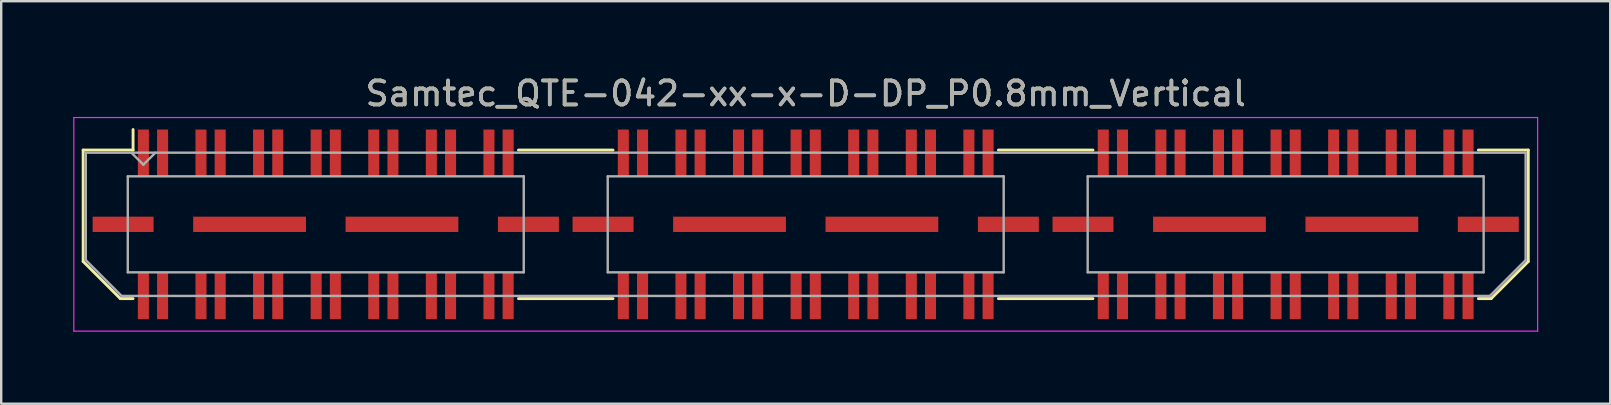
<source format=kicad_pcb>
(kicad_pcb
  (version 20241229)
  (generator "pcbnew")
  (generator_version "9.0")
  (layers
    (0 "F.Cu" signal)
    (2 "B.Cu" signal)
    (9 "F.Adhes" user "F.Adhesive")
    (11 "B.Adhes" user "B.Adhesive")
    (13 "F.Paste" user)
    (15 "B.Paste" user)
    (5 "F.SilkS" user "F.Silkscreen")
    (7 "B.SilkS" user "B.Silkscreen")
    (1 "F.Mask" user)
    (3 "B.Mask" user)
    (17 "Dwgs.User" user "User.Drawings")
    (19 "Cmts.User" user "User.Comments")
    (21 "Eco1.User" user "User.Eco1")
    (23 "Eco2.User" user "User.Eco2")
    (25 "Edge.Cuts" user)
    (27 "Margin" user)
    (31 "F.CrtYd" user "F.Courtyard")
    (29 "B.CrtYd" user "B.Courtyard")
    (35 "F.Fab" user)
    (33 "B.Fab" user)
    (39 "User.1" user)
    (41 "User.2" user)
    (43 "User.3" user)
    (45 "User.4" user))
  (footprint "Samtec_QTE-042-xx-x-D-DP_P0.8mm_Vertical"
    (layer "F.Cu")
    (at 30.525 6.298)
    (property "Reference" "Samtec_QTE-042-xx-x-D-DP_P0.8mm_Vertical" (at 0 -5.45 0) (layer "F.SilkS") (effects (font (size 1 1) (thickness 0.15))))
    (attr smd)
    (fp_line (start -30.11 -3.095) (end -30.11 1.548) (stroke (width 0.12) (type solid)) (layer "F.SilkS"))
    (fp_line (start -30.11 1.548) (end -28.562 3.095) (stroke (width 0.12) (type solid)) (layer "F.SilkS"))
    (fp_line (start -28.562 3.095) (end -28.03 3.095) (stroke (width 0.12) (type solid)) (layer "F.SilkS"))
    (fp_line (start -28.03 -3.95) (end -28.03 -3.095) (stroke (width 0.12) (type solid)) (layer "F.SilkS"))
    (fp_line (start -28.03 -3.095) (end -30.11 -3.095) (stroke (width 0.12) (type solid)) (layer "F.SilkS"))
    (fp_line (start -11.97 -3.095) (end -8.03 -3.095) (stroke (width 0.12) (type solid)) (layer "F.SilkS"))
    (fp_line (start -11.97 3.095) (end -8.03 3.095) (stroke (width 0.12) (type solid)) (layer "F.SilkS"))
    (fp_line (start 8.03 -3.095) (end 11.97 -3.095) (stroke (width 0.12) (type solid)) (layer "F.SilkS"))
    (fp_line (start 8.03 3.095) (end 11.97 3.095) (stroke (width 0.12) (type solid)) (layer "F.SilkS"))
    (fp_line (start 28.03 -3.095) (end 30.11 -3.095) (stroke (width 0.12) (type solid)) (layer "F.SilkS"))
    (fp_line (start 28.562 3.095) (end 28.03 3.095) (stroke (width 0.12) (type solid)) (layer "F.SilkS"))
    (fp_line (start 30.11 -3.095) (end 30.11 1.548) (stroke (width 0.12) (type solid)) (layer "F.SilkS"))
    (fp_line (start 30.11 1.548) (end 28.562 3.095) (stroke (width 0.12) (type solid)) (layer "F.SilkS"))
    (fp_line (start -30.5 -4.45) (end -30.5 4.45) (stroke (width 0.05) (type solid)) (layer "F.CrtYd"))
    (fp_line (start -30.5 4.45) (end 30.5 4.45) (stroke (width 0.05) (type solid)) (layer "F.CrtYd"))
    (fp_line (start 30.5 -4.45) (end -30.5 -4.45) (stroke (width 0.05) (type solid)) (layer "F.CrtYd"))
    (fp_line (start 30.5 4.45) (end 30.5 -4.45) (stroke (width 0.05) (type solid)) (layer "F.CrtYd"))
    (fp_line (start -30 -2.985) (end -30 1.492) (stroke (width 0.1) (type solid)) (layer "F.Fab"))
    (fp_line (start -30 -2.985) (end 30 -2.985) (stroke (width 0.1) (type solid)) (layer "F.Fab"))
    (fp_line (start -30 1.492) (end -28.508 2.985) (stroke (width 0.1) (type solid)) (layer "F.Fab"))
    (fp_line (start -28.508 2.985) (end 28.508 2.985) (stroke (width 0.1) (type solid)) (layer "F.Fab"))
    (fp_line (start -28.25 -2) (end -28.25 2) (stroke (width 0.1) (type solid)) (layer "F.Fab"))
    (fp_line (start -28.25 2) (end -11.75 2) (stroke (width 0.1) (type solid)) (layer "F.Fab"))
    (fp_line (start -27.6 -2.485) (end -28.1 -2.985) (stroke (width 0.1) (type solid)) (layer "F.Fab"))
    (fp_line (start -27.1 -2.985) (end -27.6 -2.485) (stroke (width 0.1) (type solid)) (layer "F.Fab"))
    (fp_line (start -11.75 -2) (end -28.25 -2) (stroke (width 0.1) (type solid)) (layer "F.Fab"))
    (fp_line (start -11.75 2) (end -11.75 -2) (stroke (width 0.1) (type solid)) (layer "F.Fab"))
    (fp_line (start -8.25 -2) (end -8.25 2) (stroke (width 0.1) (type solid)) (layer "F.Fab"))
    (fp_line (start -8.25 2) (end 8.25 2) (stroke (width 0.1) (type solid)) (layer "F.Fab"))
    (fp_line (start 8.25 -2) (end -8.25 -2) (stroke (width 0.1) (type solid)) (layer "F.Fab"))
    (fp_line (start 8.25 2) (end 8.25 -2) (stroke (width 0.1) (type solid)) (layer "F.Fab"))
    (fp_line (start 11.75 -2) (end 11.75 2) (stroke (width 0.1) (type solid)) (layer "F.Fab"))
    (fp_line (start 11.75 2) (end 28.25 2) (stroke (width 0.1) (type solid)) (layer "F.Fab"))
    (fp_line (start 28.25 -2) (end 11.75 -2) (stroke (width 0.1) (type solid)) (layer "F.Fab"))
    (fp_line (start 28.25 2) (end 28.25 -2) (stroke (width 0.1) (type solid)) (layer "F.Fab"))
    (fp_line (start 30 -2.985) (end 30 1.492) (stroke (width 0.1) (type solid)) (layer "F.Fab"))
    (fp_line (start 30 1.492) (end 28.508 2.985) (stroke (width 0.1) (type solid)) (layer "F.Fab"))
    (fp_text user "${REFERENCE}" (at 0 -5.45 0) (layer "F.Fab") (effects (font (size 1 1) (thickness 0.15))))
    (pad "1" smd rect (at -27.6 -2.98) (size 0.46 1.94) (layers "F.Cu" "F.Mask" "F.Paste"))
    (pad "2" smd rect (at -27.6 2.98) (size 0.46 1.94) (layers "F.Cu" "F.Mask" "F.Paste"))
    (pad "3" smd rect (at -26.8 -2.98) (size 0.46 1.94) (layers "F.Cu" "F.Mask" "F.Paste"))
    (pad "4" smd rect (at -26.8 2.98) (size 0.46 1.94) (layers "F.Cu" "F.Mask" "F.Paste"))
    (pad "5" smd rect (at -25.2 -2.98) (size 0.46 1.94) (layers "F.Cu" "F.Mask" "F.Paste"))
    (pad "6" smd rect (at -25.2 2.98) (size 0.46 1.94) (layers "F.Cu" "F.Mask" "F.Paste"))
    (pad "7" smd rect (at -24.4 -2.98) (size 0.46 1.94) (layers "F.Cu" "F.Mask" "F.Paste"))
    (pad "8" smd rect (at -24.4 2.98) (size 0.46 1.94) (layers "F.Cu" "F.Mask" "F.Paste"))
    (pad "9" smd rect (at -22.8 -2.98) (size 0.46 1.94) (layers "F.Cu" "F.Mask" "F.Paste"))
    (pad "10" smd rect (at -22.8 2.98) (size 0.46 1.94) (layers "F.Cu" "F.Mask" "F.Paste"))
    (pad "11" smd rect (at -22 -2.98) (size 0.46 1.94) (layers "F.Cu" "F.Mask" "F.Paste"))
    (pad "12" smd rect (at -22 2.98) (size 0.46 1.94) (layers "F.Cu" "F.Mask" "F.Paste"))
    (pad "13" smd rect (at -20.4 -2.98) (size 0.46 1.94) (layers "F.Cu" "F.Mask" "F.Paste"))
    (pad "14" smd rect (at -20.4 2.98) (size 0.46 1.94) (layers "F.Cu" "F.Mask" "F.Paste"))
    (pad "15" smd rect (at -19.6 -2.98) (size 0.46 1.94) (layers "F.Cu" "F.Mask" "F.Paste"))
    (pad "16" smd rect (at -19.6 2.98) (size 0.46 1.94) (layers "F.Cu" "F.Mask" "F.Paste"))
    (pad "17" smd rect (at -18 -2.98) (size 0.46 1.94) (layers "F.Cu" "F.Mask" "F.Paste"))
    (pad "18" smd rect (at -18 2.98) (size 0.46 1.94) (layers "F.Cu" "F.Mask" "F.Paste"))
    (pad "19" smd rect (at -17.2 -2.98) (size 0.46 1.94) (layers "F.Cu" "F.Mask" "F.Paste"))
    (pad "20" smd rect (at -17.2 2.98) (size 0.46 1.94) (layers "F.Cu" "F.Mask" "F.Paste"))
    (pad "21" smd rect (at -15.6 -2.98) (size 0.46 1.94) (layers "F.Cu" "F.Mask" "F.Paste"))
    (pad "22" smd rect (at -15.6 2.98) (size 0.46 1.94) (layers "F.Cu" "F.Mask" "F.Paste"))
    (pad "23" smd rect (at -14.8 -2.98) (size 0.46 1.94) (layers "F.Cu" "F.Mask" "F.Paste"))
    (pad "24" smd rect (at -14.8 2.98) (size 0.46 1.94) (layers "F.Cu" "F.Mask" "F.Paste"))
    (pad "25" smd rect (at -13.2 -2.98) (size 0.46 1.94) (layers "F.Cu" "F.Mask" "F.Paste"))
    (pad "26" smd rect (at -13.2 2.98) (size 0.46 1.94) (layers "F.Cu" "F.Mask" "F.Paste"))
    (pad "27" smd rect (at -12.4 -2.98) (size 0.46 1.94) (layers "F.Cu" "F.Mask" "F.Paste"))
    (pad "28" smd rect (at -12.4 2.98) (size 0.46 1.94) (layers "F.Cu" "F.Mask" "F.Paste"))
    (pad "29" smd rect (at -7.6 -2.98) (size 0.46 1.94) (layers "F.Cu" "F.Mask" "F.Paste"))
    (pad "30" smd rect (at -7.6 2.98) (size 0.46 1.94) (layers "F.Cu" "F.Mask" "F.Paste"))
    (pad "31" smd rect (at -6.8 -2.98) (size 0.46 1.94) (layers "F.Cu" "F.Mask" "F.Paste"))
    (pad "32" smd rect (at -6.8 2.98) (size 0.46 1.94) (layers "F.Cu" "F.Mask" "F.Paste"))
    (pad "33" smd rect (at -5.2 -2.98) (size 0.46 1.94) (layers "F.Cu" "F.Mask" "F.Paste"))
    (pad "34" smd rect (at -5.2 2.98) (size 0.46 1.94) (layers "F.Cu" "F.Mask" "F.Paste"))
    (pad "35" smd rect (at -4.4 -2.98) (size 0.46 1.94) (layers "F.Cu" "F.Mask" "F.Paste"))
    (pad "36" smd rect (at -4.4 2.98) (size 0.46 1.94) (layers "F.Cu" "F.Mask" "F.Paste"))
    (pad "37" smd rect (at -2.8 -2.98) (size 0.46 1.94) (layers "F.Cu" "F.Mask" "F.Paste"))
    (pad "38" smd rect (at -2.8 2.98) (size 0.46 1.94) (layers "F.Cu" "F.Mask" "F.Paste"))
    (pad "39" smd rect (at -2 -2.98) (size 0.46 1.94) (layers "F.Cu" "F.Mask" "F.Paste"))
    (pad "40" smd rect (at -2 2.98) (size 0.46 1.94) (layers "F.Cu" "F.Mask" "F.Paste"))
    (pad "41" smd rect (at -0.4 -2.98) (size 0.46 1.94) (layers "F.Cu" "F.Mask" "F.Paste"))
    (pad "42" smd rect (at -0.4 2.98) (size 0.46 1.94) (layers "F.Cu" "F.Mask" "F.Paste"))
    (pad "43" smd rect (at 0.4 -2.98) (size 0.46 1.94) (layers "F.Cu" "F.Mask" "F.Paste"))
    (pad "44" smd rect (at 0.4 2.98) (size 0.46 1.94) (layers "F.Cu" "F.Mask" "F.Paste"))
    (pad "45" smd rect (at 2 -2.98) (size 0.46 1.94) (layers "F.Cu" "F.Mask" "F.Paste"))
    (pad "46" smd rect (at 2 2.98) (size 0.46 1.94) (layers "F.Cu" "F.Mask" "F.Paste"))
    (pad "47" smd rect (at 2.8 -2.98) (size 0.46 1.94) (layers "F.Cu" "F.Mask" "F.Paste"))
    (pad "48" smd rect (at 2.8 2.98) (size 0.46 1.94) (layers "F.Cu" "F.Mask" "F.Paste"))
    (pad "49" smd rect (at 4.4 -2.98) (size 0.46 1.94) (layers "F.Cu" "F.Mask" "F.Paste"))
    (pad "50" smd rect (at 4.4 2.98) (size 0.46 1.94) (layers "F.Cu" "F.Mask" "F.Paste"))
    (pad "51" smd rect (at 5.2 -2.98) (size 0.46 1.94) (layers "F.Cu" "F.Mask" "F.Paste"))
    (pad "52" smd rect (at 5.2 2.98) (size 0.46 1.94) (layers "F.Cu" "F.Mask" "F.Paste"))
    (pad "53" smd rect (at 6.8 -2.98) (size 0.46 1.94) (layers "F.Cu" "F.Mask" "F.Paste"))
    (pad "54" smd rect (at 6.8 2.98) (size 0.46 1.94) (layers "F.Cu" "F.Mask" "F.Paste"))
    (pad "55" smd rect (at 7.6 -2.98) (size 0.46 1.94) (layers "F.Cu" "F.Mask" "F.Paste"))
    (pad "56" smd rect (at 7.6 2.98) (size 0.46 1.94) (layers "F.Cu" "F.Mask" "F.Paste"))
    (pad "57" smd rect (at 12.4 -2.98) (size 0.46 1.94) (layers "F.Cu" "F.Mask" "F.Paste"))
    (pad "58" smd rect (at 12.4 2.98) (size 0.46 1.94) (layers "F.Cu" "F.Mask" "F.Paste"))
    (pad "59" smd rect (at 13.2 -2.98) (size 0.46 1.94) (layers "F.Cu" "F.Mask" "F.Paste"))
    (pad "60" smd rect (at 13.2 2.98) (size 0.46 1.94) (layers "F.Cu" "F.Mask" "F.Paste"))
    (pad "61" smd rect (at 14.8 -2.98) (size 0.46 1.94) (layers "F.Cu" "F.Mask" "F.Paste"))
    (pad "62" smd rect (at 14.8 2.98) (size 0.46 1.94) (layers "F.Cu" "F.Mask" "F.Paste"))
    (pad "63" smd rect (at 15.6 -2.98) (size 0.46 1.94) (layers "F.Cu" "F.Mask" "F.Paste"))
    (pad "64" smd rect (at 15.6 2.98) (size 0.46 1.94) (layers "F.Cu" "F.Mask" "F.Paste"))
    (pad "65" smd rect (at 17.2 -2.98) (size 0.46 1.94) (layers "F.Cu" "F.Mask" "F.Paste"))
    (pad "66" smd rect (at 17.2 2.98) (size 0.46 1.94) (layers "F.Cu" "F.Mask" "F.Paste"))
    (pad "67" smd rect (at 18 -2.98) (size 0.46 1.94) (layers "F.Cu" "F.Mask" "F.Paste"))
    (pad "68" smd rect (at 18 2.98) (size 0.46 1.94) (layers "F.Cu" "F.Mask" "F.Paste"))
    (pad "69" smd rect (at 19.6 -2.98) (size 0.46 1.94) (layers "F.Cu" "F.Mask" "F.Paste"))
    (pad "70" smd rect (at 19.6 2.98) (size 0.46 1.94) (layers "F.Cu" "F.Mask" "F.Paste"))
    (pad "71" smd rect (at 20.4 -2.98) (size 0.46 1.94) (layers "F.Cu" "F.Mask" "F.Paste"))
    (pad "72" smd rect (at 20.4 2.98) (size 0.46 1.94) (layers "F.Cu" "F.Mask" "F.Paste"))
    (pad "73" smd rect (at 22 -2.98) (size 0.46 1.94) (layers "F.Cu" "F.Mask" "F.Paste"))
    (pad "74" smd rect (at 22 2.98) (size 0.46 1.94) (layers "F.Cu" "F.Mask" "F.Paste"))
    (pad "75" smd rect (at 22.8 -2.98) (size 0.46 1.94) (layers "F.Cu" "F.Mask" "F.Paste"))
    (pad "76" smd rect (at 22.8 2.98) (size 0.46 1.94) (layers "F.Cu" "F.Mask" "F.Paste"))
    (pad "77" smd rect (at 24.4 -2.98) (size 0.46 1.94) (layers "F.Cu" "F.Mask" "F.Paste"))
    (pad "78" smd rect (at 24.4 2.98) (size 0.46 1.94) (layers "F.Cu" "F.Mask" "F.Paste"))
    (pad "79" smd rect (at 25.2 -2.98) (size 0.46 1.94) (layers "F.Cu" "F.Mask" "F.Paste"))
    (pad "80" smd rect (at 25.2 2.98) (size 0.46 1.94) (layers "F.Cu" "F.Mask" "F.Paste"))
    (pad "81" smd rect (at 26.8 -2.98) (size 0.46 1.94) (layers "F.Cu" "F.Mask" "F.Paste"))
    (pad "82" smd rect (at 26.8 2.98) (size 0.46 1.94) (layers "F.Cu" "F.Mask" "F.Paste"))
    (pad "83" smd rect (at 27.6 -2.98) (size 0.46 1.94) (layers "F.Cu" "F.Mask" "F.Paste"))
    (pad "84" smd rect (at 27.6 2.98) (size 0.46 1.94) (layers "F.Cu" "F.Mask" "F.Paste"))
    (pad "P1" smd rect (at -28.445 0) (size 2.54 0.64) (layers "F.Cu" "F.Mask" "F.Paste"))
    (pad "P1" smd rect (at -23.175 0) (size 4.7 0.64) (layers "F.Cu" "F.Mask" "F.Paste"))
    (pad "P1" smd rect (at -16.825 0) (size 4.7 0.64) (layers "F.Cu" "F.Mask" "F.Paste"))
    (pad "P1" smd rect (at -11.555 0) (size 2.54 0.64) (layers "F.Cu" "F.Mask" "F.Paste"))
    (pad "P2" smd rect (at -8.445 0) (size 2.54 0.64) (layers "F.Cu" "F.Mask" "F.Paste"))
    (pad "P2" smd rect (at -3.175 0) (size 4.7 0.64) (layers "F.Cu" "F.Mask" "F.Paste"))
    (pad "P2" smd rect (at 3.175 0) (size 4.7 0.64) (layers "F.Cu" "F.Mask" "F.Paste"))
    (pad "P2" smd rect (at 8.445 0) (size 2.54 0.64) (layers "F.Cu" "F.Mask" "F.Paste"))
    (pad "P3" smd rect (at 11.555 0) (size 2.54 0.64) (layers "F.Cu" "F.Mask" "F.Paste"))
    (pad "P3" smd rect (at 16.825 0) (size 4.7 0.64) (layers "F.Cu" "F.Mask" "F.Paste"))
    (pad "P3" smd rect (at 23.175 0) (size 4.7 0.64) (layers "F.Cu" "F.Mask" "F.Paste"))
    (pad "P3" smd rect (at 28.445 0) (size 2.54 0.64) (layers "F.Cu" "F.Mask" "F.Paste")))
  (gr_rect
    (start -3 -3)
    (end 64.05 13.773)
    (stroke (width 0.1) (type default))
    (fill no)
    (layer "Edge.Cuts")))
</source>
